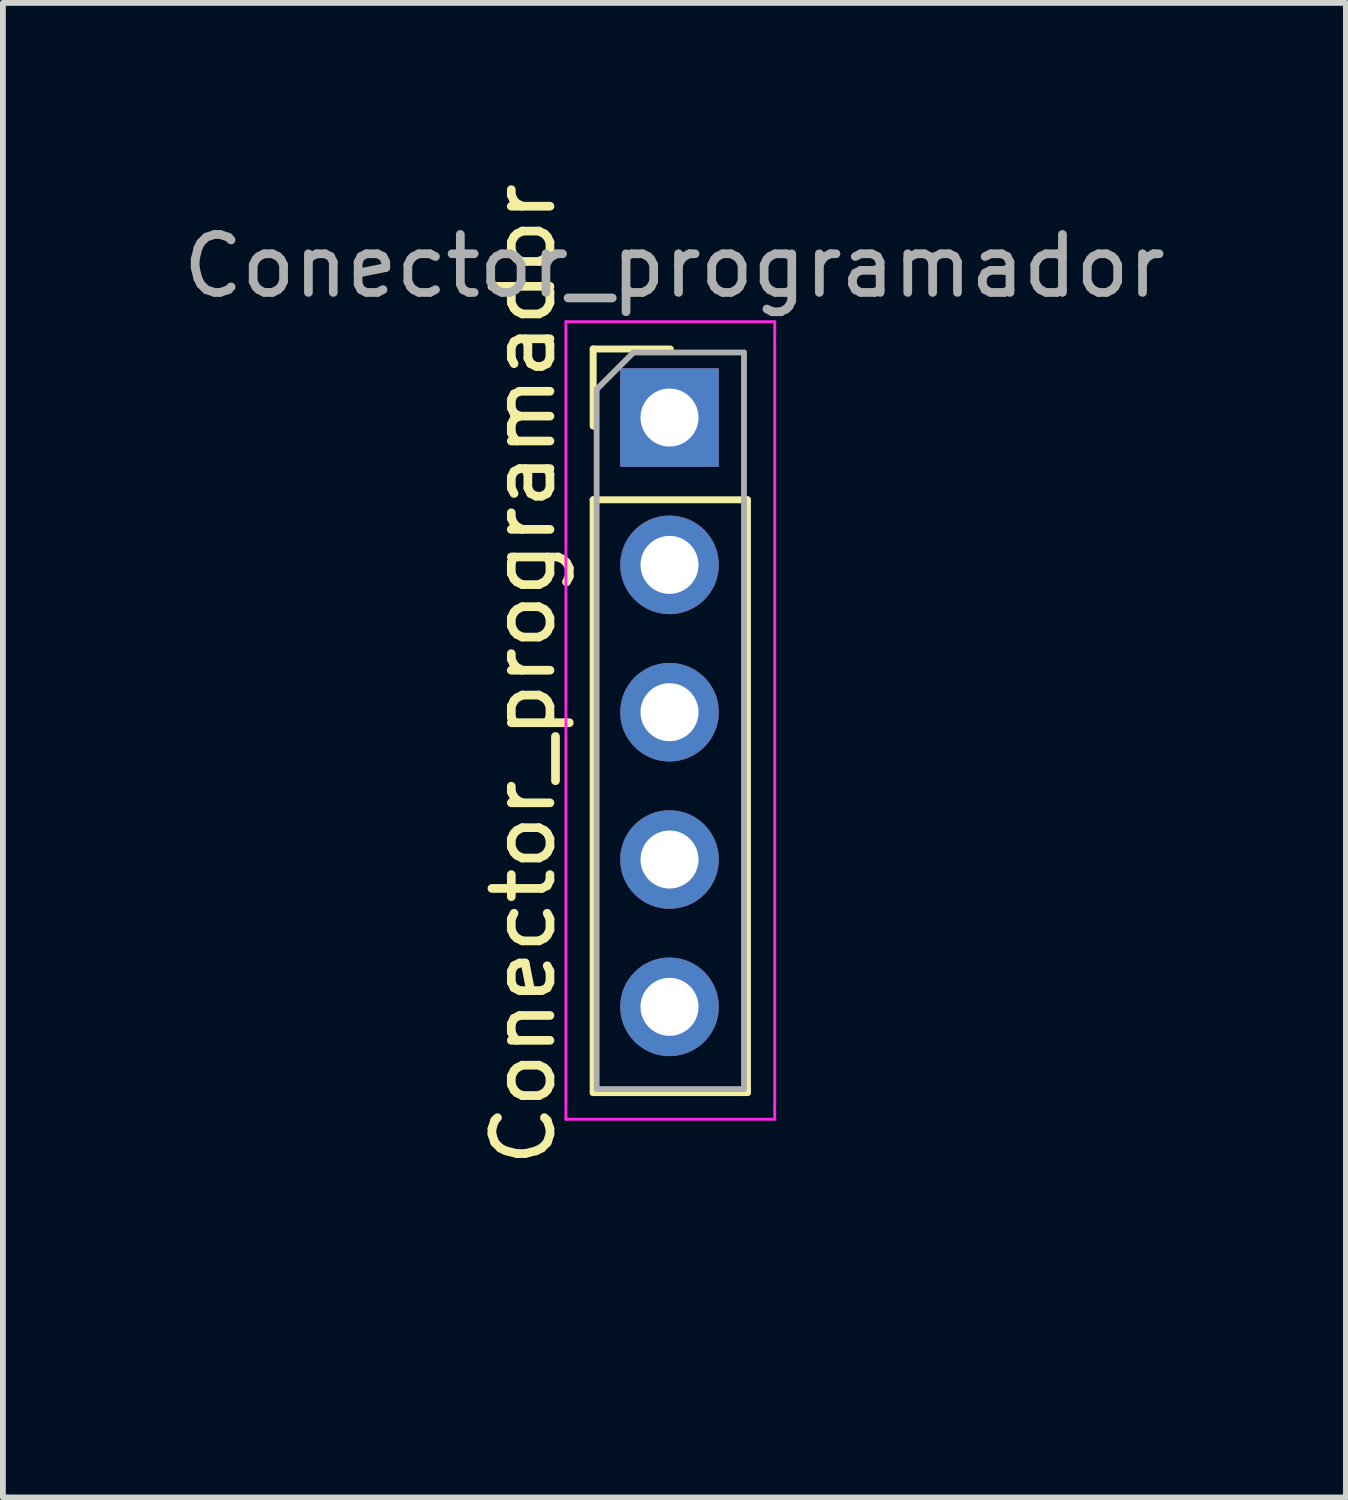
<source format=kicad_pcb>
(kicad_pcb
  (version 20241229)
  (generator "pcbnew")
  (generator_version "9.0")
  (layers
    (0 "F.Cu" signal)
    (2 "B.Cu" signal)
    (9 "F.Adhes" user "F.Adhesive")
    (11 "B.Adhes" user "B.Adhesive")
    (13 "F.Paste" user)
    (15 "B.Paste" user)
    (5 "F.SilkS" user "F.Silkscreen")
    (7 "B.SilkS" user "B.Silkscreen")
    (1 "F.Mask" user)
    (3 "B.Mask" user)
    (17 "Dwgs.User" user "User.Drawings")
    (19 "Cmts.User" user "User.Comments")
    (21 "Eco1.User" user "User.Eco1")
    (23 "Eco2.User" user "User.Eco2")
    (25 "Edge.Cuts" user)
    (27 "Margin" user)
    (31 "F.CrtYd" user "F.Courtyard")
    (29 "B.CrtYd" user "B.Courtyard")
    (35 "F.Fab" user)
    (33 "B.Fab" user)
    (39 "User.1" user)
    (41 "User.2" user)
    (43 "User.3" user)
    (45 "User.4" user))
  (footprint "Conector_programador"
    (layer "F.Cu")
    (at 7.727 19.517)
    (property "Reference" "Conector_programador" (at -1.75 -10.94 90) (layer "F.SilkS") (effects (font (size 1 1) (thickness 0.15))))
    (attr through_hole)
    (fp_line (start -0.55 -16.55) (end 0.78 -16.55) (stroke (width 0.12) (type solid)) (layer "F.SilkS"))
    (fp_line (start -0.55 -15.22) (end -0.55 -16.55) (stroke (width 0.12) (type solid)) (layer "F.SilkS"))
    (fp_line (start -0.55 -13.95) (end -0.55 -3.73) (stroke (width 0.12) (type solid)) (layer "F.SilkS"))
    (fp_line (start -0.55 -13.95) (end 2.11 -13.95) (stroke (width 0.12) (type solid)) (layer "F.SilkS"))
    (fp_line (start -0.55 -3.73) (end 2.11 -3.73) (stroke (width 0.12) (type solid)) (layer "F.SilkS"))
    (fp_line (start 2.11 -13.95) (end 2.11 -3.73) (stroke (width 0.12) (type solid)) (layer "F.SilkS"))
    (fp_line (start -1.02 -17.02) (end -1.02 -3.27) (stroke (width 0.05) (type solid)) (layer "F.CrtYd"))
    (fp_line (start -1.02 -3.27) (end 2.58 -3.27) (stroke (width 0.05) (type solid)) (layer "F.CrtYd"))
    (fp_line (start 2.58 -17.02) (end -1.02 -17.02) (stroke (width 0.05) (type solid)) (layer "F.CrtYd"))
    (fp_line (start 2.58 -3.27) (end 2.58 -17.02) (stroke (width 0.05) (type solid)) (layer "F.CrtYd"))
    (fp_line (start -0.49 -15.855) (end 0.145 -16.49) (stroke (width 0.1) (type solid)) (layer "F.Fab"))
    (fp_line (start -0.49 -3.79) (end -0.49 -15.855) (stroke (width 0.1) (type solid)) (layer "F.Fab"))
    (fp_line (start 0.145 -16.49) (end 2.05 -16.49) (stroke (width 0.1) (type solid)) (layer "F.Fab"))
    (fp_line (start 2.05 -16.49) (end 2.05 -3.79) (stroke (width 0.1) (type solid)) (layer "F.Fab"))
    (fp_line (start 2.05 -3.79) (end -0.49 -3.79) (stroke (width 0.1) (type solid)) (layer "F.Fab"))
    (fp_text user "${REFERENCE}" (at 0.85 -17.98 180) (layer "F.Fab") (effects (font (size 1 1) (thickness 0.15))))
    (pad "1" thru_hole rect (at 0.766 -15.368) (size 1.7 1.7) (drill 1) (layers "*.Cu" "*.Mask"))
    (pad "2" thru_hole oval (at 0.766 -12.828) (size 1.7 1.7) (drill 1) (layers "*.Cu" "*.Mask"))
    (pad "3" thru_hole oval (at 0.766 -10.288) (size 1.7 1.7) (drill 1) (layers "*.Cu" "*.Mask"))
    (pad "4" thru_hole oval (at 0.766 -7.748) (size 1.7 1.7) (drill 1) (layers "*.Cu" "*.Mask"))
    (pad "5" thru_hole oval (at 0.766 -5.208) (size 1.7 1.7) (drill 1) (layers "*.Cu" "*.Mask")))
  (gr_rect
    (start -3 -3)
    (end 20.155 22.767)
    (stroke (width 0.1) (type default))
    (fill no)
    (layer "Edge.Cuts")))
</source>
